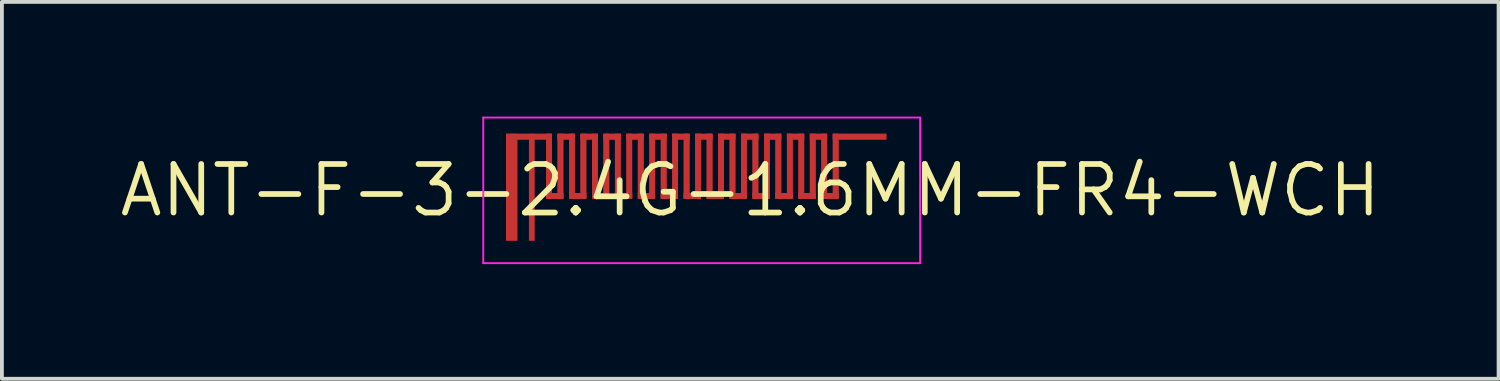
<source format=kicad_pcb>
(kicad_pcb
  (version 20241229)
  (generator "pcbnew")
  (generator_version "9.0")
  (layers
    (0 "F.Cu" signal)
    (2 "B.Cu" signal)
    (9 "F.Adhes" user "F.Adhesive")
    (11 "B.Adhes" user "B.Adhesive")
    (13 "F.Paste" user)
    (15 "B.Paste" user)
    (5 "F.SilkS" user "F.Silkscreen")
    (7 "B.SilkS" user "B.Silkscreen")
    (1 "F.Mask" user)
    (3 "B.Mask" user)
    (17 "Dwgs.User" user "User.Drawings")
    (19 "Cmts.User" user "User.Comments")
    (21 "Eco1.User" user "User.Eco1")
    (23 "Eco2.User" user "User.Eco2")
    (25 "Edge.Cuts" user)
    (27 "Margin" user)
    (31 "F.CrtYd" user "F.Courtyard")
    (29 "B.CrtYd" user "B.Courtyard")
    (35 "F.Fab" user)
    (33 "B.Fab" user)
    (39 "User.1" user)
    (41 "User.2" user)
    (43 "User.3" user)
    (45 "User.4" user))
  (footprint "ANT-F-3-2.4G-1.6MM-FR4-WCH"
    (layer "F.Cu")
    (at 15.308 1.93)
    (property "Reference" "ANT-F-3-2.4G-1.6MM-FR4-WCH" (at 1.27 0 0) (layer "F.SilkS") (effects (font (size 1.27 1.27) (thickness 0.15))))
    (attr exclude_from_pos_files exclude_from_bom)
    (fp_poly (pts (xy -4.37 -1.33) (xy -3.92 -1.33) (xy -3.92 -1.48) (xy -4.37 -1.48)) (stroke (width 0) (type solid)) (fill yes) (layer "F.Cu"))
    (fp_poly (pts (xy -4.37 -1.33) (xy -3.92 -1.33) (xy -3.92 -1.48) (xy -4.37 -1.48)) (stroke (width 0) (type solid)) (fill yes) (layer "F.Cu"))
    (fp_poly (pts (xy -4.37 -1.33) (xy -4.37 -1.48) (xy -5.12 -1.48) (xy -5.12 -1.33)) (stroke (width 0) (type solid)) (fill yes) (layer "F.Cu"))
    (fp_poly (pts (xy -4.37 -1.33) (xy -4.37 -1.48) (xy -5.12 -1.48) (xy -5.12 -1.33)) (stroke (width 0) (type solid)) (fill yes) (layer "F.Cu"))
    (fp_poly (pts (xy -4.07 0.22) (xy -3.92 0.22) (xy -3.92 -1.48) (xy -4.07 -1.48)) (stroke (width 0) (type solid)) (fill yes) (layer "F.Cu"))
    (fp_poly (pts (xy -4.07 0.22) (xy -3.92 0.22) (xy -3.92 -1.48) (xy -4.07 -1.48)) (stroke (width 0) (type solid)) (fill yes) (layer "F.Cu"))
    (fp_poly (pts (xy -4.07 0.22) (xy -3.62 0.22) (xy -3.62 0.07) (xy -4.07 0.07)) (stroke (width 0) (type solid)) (fill yes) (layer "F.Cu"))
    (fp_poly (pts (xy -4.07 0.22) (xy -3.62 0.22) (xy -3.62 0.07) (xy -4.07 0.07)) (stroke (width 0) (type solid)) (fill yes) (layer "F.Cu"))
    (fp_poly (pts (xy -3.77 0.22) (xy -3.62 0.22) (xy -3.62 -1.48) (xy -3.77 -1.48)) (stroke (width 0) (type solid)) (fill yes) (layer "F.Cu"))
    (fp_poly (pts (xy -3.77 0.22) (xy -3.62 0.22) (xy -3.62 -1.48) (xy -3.77 -1.48)) (stroke (width 0) (type solid)) (fill yes) (layer "F.Cu"))
    (fp_poly (pts (xy -3.77 -1.33) (xy -3.32 -1.33) (xy -3.32 -1.48) (xy -3.77 -1.48)) (stroke (width 0) (type solid)) (fill yes) (layer "F.Cu"))
    (fp_poly (pts (xy -3.77 -1.33) (xy -3.32 -1.33) (xy -3.32 -1.48) (xy -3.77 -1.48)) (stroke (width 0) (type solid)) (fill yes) (layer "F.Cu"))
    (fp_poly (pts (xy -3.47 0.22) (xy -3.32 0.22) (xy -3.32 -1.48) (xy -3.47 -1.48)) (stroke (width 0) (type solid)) (fill yes) (layer "F.Cu"))
    (fp_poly (pts (xy -3.47 0.22) (xy -3.32 0.22) (xy -3.32 -1.48) (xy -3.47 -1.48)) (stroke (width 0) (type solid)) (fill yes) (layer "F.Cu"))
    (fp_poly (pts (xy -3.47 0.22) (xy -3.02 0.22) (xy -3.02 0.07) (xy -3.47 0.07)) (stroke (width 0) (type solid)) (fill yes) (layer "F.Cu"))
    (fp_poly (pts (xy -3.47 0.22) (xy -3.02 0.22) (xy -3.02 0.07) (xy -3.47 0.07)) (stroke (width 0) (type solid)) (fill yes) (layer "F.Cu"))
    (fp_poly (pts (xy -3.17 -1.33) (xy -2.72 -1.33) (xy -2.72 -1.48) (xy -3.17 -1.48)) (stroke (width 0) (type solid)) (fill yes) (layer "F.Cu"))
    (fp_poly (pts (xy -3.17 -1.33) (xy -2.72 -1.33) (xy -2.72 -1.48) (xy -3.17 -1.48)) (stroke (width 0) (type solid)) (fill yes) (layer "F.Cu"))
    (fp_poly (pts (xy -3.17 0.22) (xy -3.02 0.22) (xy -3.02 -1.48) (xy -3.17 -1.48)) (stroke (width 0) (type solid)) (fill yes) (layer "F.Cu"))
    (fp_poly (pts (xy -3.17 0.22) (xy -3.02 0.22) (xy -3.02 -1.48) (xy -3.17 -1.48)) (stroke (width 0) (type solid)) (fill yes) (layer "F.Cu"))
    (fp_poly (pts (xy -2.87 0.22) (xy -2.72 0.22) (xy -2.72 -1.48) (xy -2.87 -1.48)) (stroke (width 0) (type solid)) (fill yes) (layer "F.Cu"))
    (fp_poly (pts (xy -2.87 0.22) (xy -2.72 0.22) (xy -2.72 -1.48) (xy -2.87 -1.48)) (stroke (width 0) (type solid)) (fill yes) (layer "F.Cu"))
    (fp_poly (pts (xy -2.87 0.22) (xy -2.42 0.22) (xy -2.42 0.07) (xy -2.87 0.07)) (stroke (width 0) (type solid)) (fill yes) (layer "F.Cu"))
    (fp_poly (pts (xy -2.87 0.22) (xy -2.42 0.22) (xy -2.42 0.07) (xy -2.87 0.07)) (stroke (width 0) (type solid)) (fill yes) (layer "F.Cu"))
    (fp_poly (pts (xy -2.57 0.22) (xy -2.42 0.22) (xy -2.42 -1.48) (xy -2.57 -1.48)) (stroke (width 0) (type solid)) (fill yes) (layer "F.Cu"))
    (fp_poly (pts (xy -2.57 0.22) (xy -2.42 0.22) (xy -2.42 -1.48) (xy -2.57 -1.48)) (stroke (width 0) (type solid)) (fill yes) (layer "F.Cu"))
    (fp_poly (pts (xy -2.57 -1.33) (xy -2.12 -1.33) (xy -2.12 -1.48) (xy -2.57 -1.48)) (stroke (width 0) (type solid)) (fill yes) (layer "F.Cu"))
    (fp_poly (pts (xy -2.57 -1.33) (xy -2.12 -1.33) (xy -2.12 -1.48) (xy -2.57 -1.48)) (stroke (width 0) (type solid)) (fill yes) (layer "F.Cu"))
    (fp_poly (pts (xy -2.27 0.22) (xy -2.12 0.22) (xy -2.12 -1.48) (xy -2.27 -1.48)) (stroke (width 0) (type solid)) (fill yes) (layer "F.Cu"))
    (fp_poly (pts (xy -2.27 0.22) (xy -2.12 0.22) (xy -2.12 -1.48) (xy -2.27 -1.48)) (stroke (width 0) (type solid)) (fill yes) (layer "F.Cu"))
    (fp_poly (pts (xy -2.27 0.22) (xy -1.82 0.22) (xy -1.82 0.07) (xy -2.27 0.07)) (stroke (width 0) (type solid)) (fill yes) (layer "F.Cu"))
    (fp_poly (pts (xy -2.27 0.22) (xy -1.82 0.22) (xy -1.82 0.07) (xy -2.27 0.07)) (stroke (width 0) (type solid)) (fill yes) (layer "F.Cu"))
    (fp_poly (pts (xy -1.97 0.22) (xy -1.82 0.22) (xy -1.82 -1.48) (xy -1.97 -1.48)) (stroke (width 0) (type solid)) (fill yes) (layer "F.Cu"))
    (fp_poly (pts (xy -1.97 0.22) (xy -1.82 0.22) (xy -1.82 -1.48) (xy -1.97 -1.48)) (stroke (width 0) (type solid)) (fill yes) (layer "F.Cu"))
    (fp_poly (pts (xy -1.97 -1.33) (xy -1.52 -1.33) (xy -1.52 -1.48) (xy -1.97 -1.48)) (stroke (width 0) (type solid)) (fill yes) (layer "F.Cu"))
    (fp_poly (pts (xy -1.97 -1.33) (xy -1.52 -1.33) (xy -1.52 -1.48) (xy -1.97 -1.48)) (stroke (width 0) (type solid)) (fill yes) (layer "F.Cu"))
    (fp_poly (pts (xy -1.67 0.22) (xy -1.52 0.22) (xy -1.52 -1.48) (xy -1.67 -1.48)) (stroke (width 0) (type solid)) (fill yes) (layer "F.Cu"))
    (fp_poly (pts (xy -1.67 0.22) (xy -1.52 0.22) (xy -1.52 -1.48) (xy -1.67 -1.48)) (stroke (width 0) (type solid)) (fill yes) (layer "F.Cu"))
    (fp_poly (pts (xy -1.67 0.22) (xy -1.22 0.22) (xy -1.22 0.07) (xy -1.67 0.07)) (stroke (width 0) (type solid)) (fill yes) (layer "F.Cu"))
    (fp_poly (pts (xy -1.67 0.22) (xy -1.22 0.22) (xy -1.22 0.07) (xy -1.67 0.07)) (stroke (width 0) (type solid)) (fill yes) (layer "F.Cu"))
    (fp_poly (pts (xy -1.37 0.22) (xy -1.22 0.22) (xy -1.22 -1.48) (xy -1.37 -1.48)) (stroke (width 0) (type solid)) (fill yes) (layer "F.Cu"))
    (fp_poly (pts (xy -1.37 0.22) (xy -1.22 0.22) (xy -1.22 -1.48) (xy -1.37 -1.48)) (stroke (width 0) (type solid)) (fill yes) (layer "F.Cu"))
    (fp_poly (pts (xy -1.37 -1.33) (xy -0.92 -1.33) (xy -0.92 -1.48) (xy -1.37 -1.48)) (stroke (width 0) (type solid)) (fill yes) (layer "F.Cu"))
    (fp_poly (pts (xy -1.37 -1.33) (xy -0.92 -1.33) (xy -0.92 -1.48) (xy -1.37 -1.48)) (stroke (width 0) (type solid)) (fill yes) (layer "F.Cu"))
    (fp_poly (pts (xy -1.07 0.22) (xy -0.92 0.22) (xy -0.92 -1.48) (xy -1.07 -1.48)) (stroke (width 0) (type solid)) (fill yes) (layer "F.Cu"))
    (fp_poly (pts (xy -1.07 0.22) (xy -0.92 0.22) (xy -0.92 -1.48) (xy -1.07 -1.48)) (stroke (width 0) (type solid)) (fill yes) (layer "F.Cu"))
    (fp_poly (pts (xy -1.07 0.22) (xy -0.62 0.22) (xy -0.62 0.07) (xy -1.07 0.07)) (stroke (width 0) (type solid)) (fill yes) (layer "F.Cu"))
    (fp_poly (pts (xy -1.07 0.22) (xy -0.62 0.22) (xy -0.62 0.07) (xy -1.07 0.07)) (stroke (width 0) (type solid)) (fill yes) (layer "F.Cu"))
    (fp_poly (pts (xy -0.77 0.22) (xy -0.62 0.22) (xy -0.62 -1.48) (xy -0.77 -1.48)) (stroke (width 0) (type solid)) (fill yes) (layer "F.Cu"))
    (fp_poly (pts (xy -0.77 0.22) (xy -0.62 0.22) (xy -0.62 -1.48) (xy -0.77 -1.48)) (stroke (width 0) (type solid)) (fill yes) (layer "F.Cu"))
    (fp_poly (pts (xy -0.77 -1.33) (xy -0.32 -1.33) (xy -0.32 -1.48) (xy -0.77 -1.48)) (stroke (width 0) (type solid)) (fill yes) (layer "F.Cu"))
    (fp_poly (pts (xy -0.77 -1.33) (xy -0.32 -1.33) (xy -0.32 -1.48) (xy -0.77 -1.48)) (stroke (width 0) (type solid)) (fill yes) (layer "F.Cu"))
    (fp_poly (pts (xy -0.47 0.22) (xy -0.32 0.22) (xy -0.32 -1.48) (xy -0.47 -1.48)) (stroke (width 0) (type solid)) (fill yes) (layer "F.Cu"))
    (fp_poly (pts (xy -0.47 0.22) (xy -0.32 0.22) (xy -0.32 -1.48) (xy -0.47 -1.48)) (stroke (width 0) (type solid)) (fill yes) (layer "F.Cu"))
    (fp_poly (pts (xy -0.47 0.22) (xy -0.02 0.22) (xy -0.02 0.07) (xy -0.47 0.07)) (stroke (width 0) (type solid)) (fill yes) (layer "F.Cu"))
    (fp_poly (pts (xy -0.47 0.22) (xy -0.02 0.22) (xy -0.02 0.07) (xy -0.47 0.07)) (stroke (width 0) (type solid)) (fill yes) (layer "F.Cu"))
    (fp_poly (pts (xy -0.17 0.22) (xy -0.02 0.22) (xy -0.02 -1.48) (xy -0.17 -1.48)) (stroke (width 0) (type solid)) (fill yes) (layer "F.Cu"))
    (fp_poly (pts (xy -0.17 0.22) (xy -0.02 0.22) (xy -0.02 -1.48) (xy -0.17 -1.48)) (stroke (width 0) (type solid)) (fill yes) (layer "F.Cu"))
    (fp_poly (pts (xy -0.17 -1.33) (xy 0.28 -1.33) (xy 0.28 -1.48) (xy -0.17 -1.48)) (stroke (width 0) (type solid)) (fill yes) (layer "F.Cu"))
    (fp_poly (pts (xy -0.17 -1.33) (xy 0.28 -1.33) (xy 0.28 -1.48) (xy -0.17 -1.48)) (stroke (width 0) (type solid)) (fill yes) (layer "F.Cu"))
    (fp_poly (pts (xy 0.13 0.22) (xy 0.28 0.22) (xy 0.28 -1.48) (xy 0.13 -1.48)) (stroke (width 0) (type solid)) (fill yes) (layer "F.Cu"))
    (fp_poly (pts (xy 0.13 0.22) (xy 0.28 0.22) (xy 0.28 -1.48) (xy 0.13 -1.48)) (stroke (width 0) (type solid)) (fill yes) (layer "F.Cu"))
    (fp_poly (pts (xy 0.13 0.22) (xy 0.58 0.22) (xy 0.58 0.07) (xy 0.13 0.07)) (stroke (width 0) (type solid)) (fill yes) (layer "F.Cu"))
    (fp_poly (pts (xy 0.13 0.22) (xy 0.58 0.22) (xy 0.58 0.07) (xy 0.13 0.07)) (stroke (width 0) (type solid)) (fill yes) (layer "F.Cu"))
    (fp_poly (pts (xy 0.43 0.22) (xy 0.58 0.22) (xy 0.58 -1.48) (xy 0.43 -1.48)) (stroke (width 0) (type solid)) (fill yes) (layer "F.Cu"))
    (fp_poly (pts (xy 0.43 0.22) (xy 0.58 0.22) (xy 0.58 -1.48) (xy 0.43 -1.48)) (stroke (width 0) (type solid)) (fill yes) (layer "F.Cu"))
    (fp_poly (pts (xy 0.43 -1.33) (xy 0.88 -1.33) (xy 0.88 -1.48) (xy 0.43 -1.48)) (stroke (width 0) (type solid)) (fill yes) (layer "F.Cu"))
    (fp_poly (pts (xy 0.43 -1.33) (xy 0.88 -1.33) (xy 0.88 -1.48) (xy 0.43 -1.48)) (stroke (width 0) (type solid)) (fill yes) (layer "F.Cu"))
    (fp_poly (pts (xy 0.73 0.22) (xy 0.88 0.22) (xy 0.88 -1.48) (xy 0.73 -1.48)) (stroke (width 0) (type solid)) (fill yes) (layer "F.Cu"))
    (fp_poly (pts (xy 0.73 0.22) (xy 0.88 0.22) (xy 0.88 -1.48) (xy 0.73 -1.48)) (stroke (width 0) (type solid)) (fill yes) (layer "F.Cu"))
    (fp_poly (pts (xy 0.73 0.22) (xy 1.18 0.22) (xy 1.18 0.07) (xy 0.73 0.07)) (stroke (width 0) (type solid)) (fill yes) (layer "F.Cu"))
    (fp_poly (pts (xy 0.73 0.22) (xy 1.18 0.22) (xy 1.18 0.07) (xy 0.73 0.07)) (stroke (width 0) (type solid)) (fill yes) (layer "F.Cu"))
    (fp_poly (pts (xy 1.03 0.22) (xy 1.18 0.22) (xy 1.18 -1.48) (xy 1.03 -1.48)) (stroke (width 0) (type solid)) (fill yes) (layer "F.Cu"))
    (fp_poly (pts (xy 1.03 0.22) (xy 1.18 0.22) (xy 1.18 -1.48) (xy 1.03 -1.48)) (stroke (width 0) (type solid)) (fill yes) (layer "F.Cu"))
    (fp_poly (pts (xy 1.03 -1.33) (xy 1.48 -1.33) (xy 1.48 -1.48) (xy 1.03 -1.48)) (stroke (width 0) (type solid)) (fill yes) (layer "F.Cu"))
    (fp_poly (pts (xy 1.03 -1.33) (xy 1.48 -1.33) (xy 1.48 -1.48) (xy 1.03 -1.48)) (stroke (width 0) (type solid)) (fill yes) (layer "F.Cu"))
    (fp_poly (pts (xy 1.33 0.22) (xy 1.48 0.22) (xy 1.48 -1.48) (xy 1.33 -1.48)) (stroke (width 0) (type solid)) (fill yes) (layer "F.Cu"))
    (fp_poly (pts (xy 1.33 0.22) (xy 1.48 0.22) (xy 1.48 -1.48) (xy 1.33 -1.48)) (stroke (width 0) (type solid)) (fill yes) (layer "F.Cu"))
    (fp_poly (pts (xy 1.33 0.22) (xy 1.78 0.22) (xy 1.78 0.07) (xy 1.33 0.07)) (stroke (width 0) (type solid)) (fill yes) (layer "F.Cu"))
    (fp_poly (pts (xy 1.33 0.22) (xy 1.78 0.22) (xy 1.78 0.07) (xy 1.33 0.07)) (stroke (width 0) (type solid)) (fill yes) (layer "F.Cu"))
    (fp_poly (pts (xy 1.63 0.22) (xy 1.78 0.22) (xy 1.78 -1.48) (xy 1.63 -1.48)) (stroke (width 0) (type solid)) (fill yes) (layer "F.Cu"))
    (fp_poly (pts (xy 1.63 0.22) (xy 1.78 0.22) (xy 1.78 -1.48) (xy 1.63 -1.48)) (stroke (width 0) (type solid)) (fill yes) (layer "F.Cu"))
    (fp_poly (pts (xy 1.63 -1.33) (xy 2.08 -1.33) (xy 2.08 -1.48) (xy 1.63 -1.48)) (stroke (width 0) (type solid)) (fill yes) (layer "F.Cu"))
    (fp_poly (pts (xy 1.63 -1.33) (xy 2.08 -1.33) (xy 2.08 -1.48) (xy 1.63 -1.48)) (stroke (width 0) (type solid)) (fill yes) (layer "F.Cu"))
    (fp_poly (pts (xy 1.93 0.22) (xy 2.08 0.22) (xy 2.08 -1.48) (xy 1.93 -1.48)) (stroke (width 0) (type solid)) (fill yes) (layer "F.Cu"))
    (fp_poly (pts (xy 1.93 0.22) (xy 2.08 0.22) (xy 2.08 -1.48) (xy 1.93 -1.48)) (stroke (width 0) (type solid)) (fill yes) (layer "F.Cu"))
    (fp_poly (pts (xy 1.93 0.22) (xy 2.38 0.22) (xy 2.38 0.07) (xy 1.93 0.07)) (stroke (width 0) (type solid)) (fill yes) (layer "F.Cu"))
    (fp_poly (pts (xy 1.93 0.22) (xy 2.38 0.22) (xy 2.38 0.07) (xy 1.93 0.07)) (stroke (width 0) (type solid)) (fill yes) (layer "F.Cu"))
    (fp_poly (pts (xy 2.23 0.22) (xy 2.38 0.22) (xy 2.38 -1.48) (xy 2.23 -1.48)) (stroke (width 0) (type solid)) (fill yes) (layer "F.Cu"))
    (fp_poly (pts (xy 2.23 0.22) (xy 2.38 0.22) (xy 2.38 -1.48) (xy 2.23 -1.48)) (stroke (width 0) (type solid)) (fill yes) (layer "F.Cu"))
    (fp_poly (pts (xy 2.23 -1.33) (xy 2.68 -1.33) (xy 2.68 -1.48) (xy 2.23 -1.48)) (stroke (width 0) (type solid)) (fill yes) (layer "F.Cu"))
    (fp_poly (pts (xy 2.23 -1.33) (xy 2.68 -1.33) (xy 2.68 -1.48) (xy 2.23 -1.48)) (stroke (width 0) (type solid)) (fill yes) (layer "F.Cu"))
    (fp_poly (pts (xy 2.53 0.22) (xy 2.68 0.22) (xy 2.68 -1.48) (xy 2.53 -1.48)) (stroke (width 0) (type solid)) (fill yes) (layer "F.Cu"))
    (fp_poly (pts (xy 2.53 0.22) (xy 2.68 0.22) (xy 2.68 -1.48) (xy 2.53 -1.48)) (stroke (width 0) (type solid)) (fill yes) (layer "F.Cu"))
    (fp_poly (pts (xy 2.53 0.22) (xy 2.98 0.22) (xy 2.98 0.07) (xy 2.53 0.07)) (stroke (width 0) (type solid)) (fill yes) (layer "F.Cu"))
    (fp_poly (pts (xy 2.53 0.22) (xy 2.98 0.22) (xy 2.98 0.07) (xy 2.53 0.07)) (stroke (width 0) (type solid)) (fill yes) (layer "F.Cu"))
    (fp_poly (pts (xy 2.83 0.22) (xy 2.98 0.22) (xy 2.98 -1.48) (xy 2.83 -1.48)) (stroke (width 0) (type solid)) (fill yes) (layer "F.Cu"))
    (fp_poly (pts (xy 2.83 0.22) (xy 2.98 0.22) (xy 2.98 -1.48) (xy 2.83 -1.48)) (stroke (width 0) (type solid)) (fill yes) (layer "F.Cu"))
    (fp_poly (pts (xy 2.83 -1.33) (xy 3.28 -1.33) (xy 3.28 -1.48) (xy 2.83 -1.48)) (stroke (width 0) (type solid)) (fill yes) (layer "F.Cu"))
    (fp_poly (pts (xy 2.83 -1.33) (xy 3.28 -1.33) (xy 3.28 -1.48) (xy 2.83 -1.48)) (stroke (width 0) (type solid)) (fill yes) (layer "F.Cu"))
    (fp_poly (pts (xy 3.13 0.22) (xy 3.28 0.22) (xy 3.28 -1.48) (xy 3.13 -1.48)) (stroke (width 0) (type solid)) (fill yes) (layer "F.Cu"))
    (fp_poly (pts (xy 3.13 0.22) (xy 3.28 0.22) (xy 3.28 -1.48) (xy 3.13 -1.48)) (stroke (width 0) (type solid)) (fill yes) (layer "F.Cu"))
    (fp_poly (pts (xy 3.13 0.22) (xy 3.58 0.22) (xy 3.58 0.07) (xy 3.13 0.07)) (stroke (width 0) (type solid)) (fill yes) (layer "F.Cu"))
    (fp_poly (pts (xy 3.13 0.22) (xy 3.58 0.22) (xy 3.58 0.07) (xy 3.13 0.07)) (stroke (width 0) (type solid)) (fill yes) (layer "F.Cu"))
    (fp_poly (pts (xy 3.43 0.22) (xy 3.58 0.22) (xy 3.58 -1.48) (xy 3.43 -1.48)) (stroke (width 0) (type solid)) (fill yes) (layer "F.Cu"))
    (fp_poly (pts (xy 3.43 0.22) (xy 3.58 0.22) (xy 3.58 -1.48) (xy 3.43 -1.48)) (stroke (width 0) (type solid)) (fill yes) (layer "F.Cu"))
    (fp_poly (pts (xy 3.43 -1.33) (xy 4.83 -1.33) (xy 4.83 -1.48) (xy 3.43 -1.48)) (stroke (width 0) (type solid)) (fill yes) (layer "F.Cu"))
    (fp_poly (pts (xy 3.43 -1.33) (xy 4.83 -1.33) (xy 4.83 -1.48) (xy 3.43 -1.48)) (stroke (width 0) (type solid)) (fill yes) (layer "F.Cu"))
    (fp_poly (pts (xy -5.12 1.32) (xy -4.82 1.32) (xy -4.82 -1.48) (xy -5.12 -1.48)) (stroke (width 0) (type solid)) (fill yes) (layer "F.Mask"))
    (fp_poly (pts (xy -5.12 1.32) (xy -4.82 1.32) (xy -4.82 -1.48) (xy -5.12 -1.48)) (stroke (width 0) (type solid)) (fill yes) (layer "F.Mask"))
    (fp_poly (pts (xy -4.52 1.32) (xy -4.37 1.32) (xy -4.37 -1.48) (xy -4.52 -1.48)) (stroke (width 0) (type solid)) (fill yes) (layer "F.Mask"))
    (fp_poly (pts (xy -4.52 1.32) (xy -4.37 1.32) (xy -4.37 -1.48) (xy -4.52 -1.48)) (stroke (width 0) (type solid)) (fill yes) (layer "F.Mask"))
    (fp_poly (pts (xy -4.37 -1.33) (xy -3.92 -1.33) (xy -3.92 -1.48) (xy -4.37 -1.48)) (stroke (width 0) (type solid)) (fill yes) (layer "F.Mask"))
    (fp_poly (pts (xy -4.37 -1.33) (xy -3.92 -1.33) (xy -3.92 -1.48) (xy -4.37 -1.48)) (stroke (width 0) (type solid)) (fill yes) (layer "F.Mask"))
    (fp_poly (pts (xy -4.37 -1.33) (xy -4.37 -1.48) (xy -5.12 -1.48) (xy -5.12 -1.33)) (stroke (width 0) (type solid)) (fill yes) (layer "F.Mask"))
    (fp_poly (pts (xy -4.37 -1.33) (xy -4.37 -1.48) (xy -5.12 -1.48) (xy -5.12 -1.33)) (stroke (width 0) (type solid)) (fill yes) (layer "F.Mask"))
    (fp_poly (pts (xy -4.07 0.22) (xy -3.92 0.22) (xy -3.92 -1.48) (xy -4.07 -1.48)) (stroke (width 0) (type solid)) (fill yes) (layer "F.Mask"))
    (fp_poly (pts (xy -4.07 0.22) (xy -3.92 0.22) (xy -3.92 -1.48) (xy -4.07 -1.48)) (stroke (width 0) (type solid)) (fill yes) (layer "F.Mask"))
    (fp_poly (pts (xy -4.07 0.22) (xy -3.62 0.22) (xy -3.62 0.07) (xy -4.07 0.07)) (stroke (width 0) (type solid)) (fill yes) (layer "F.Mask"))
    (fp_poly (pts (xy -4.07 0.22) (xy -3.62 0.22) (xy -3.62 0.07) (xy -4.07 0.07)) (stroke (width 0) (type solid)) (fill yes) (layer "F.Mask"))
    (fp_poly (pts (xy -3.77 0.22) (xy -3.62 0.22) (xy -3.62 -1.48) (xy -3.77 -1.48)) (stroke (width 0) (type solid)) (fill yes) (layer "F.Mask"))
    (fp_poly (pts (xy -3.77 0.22) (xy -3.62 0.22) (xy -3.62 -1.48) (xy -3.77 -1.48)) (stroke (width 0) (type solid)) (fill yes) (layer "F.Mask"))
    (fp_poly (pts (xy -3.77 -1.33) (xy -3.32 -1.33) (xy -3.32 -1.48) (xy -3.77 -1.48)) (stroke (width 0) (type solid)) (fill yes) (layer "F.Mask"))
    (fp_poly (pts (xy -3.77 -1.33) (xy -3.32 -1.33) (xy -3.32 -1.48) (xy -3.77 -1.48)) (stroke (width 0) (type solid)) (fill yes) (layer "F.Mask"))
    (fp_poly (pts (xy -3.47 0.22) (xy -3.32 0.22) (xy -3.32 -1.48) (xy -3.47 -1.48)) (stroke (width 0) (type solid)) (fill yes) (layer "F.Mask"))
    (fp_poly (pts (xy -3.47 0.22) (xy -3.32 0.22) (xy -3.32 -1.48) (xy -3.47 -1.48)) (stroke (width 0) (type solid)) (fill yes) (layer "F.Mask"))
    (fp_poly (pts (xy -3.47 0.22) (xy -3.02 0.22) (xy -3.02 0.07) (xy -3.47 0.07)) (stroke (width 0) (type solid)) (fill yes) (layer "F.Mask"))
    (fp_poly (pts (xy -3.47 0.22) (xy -3.02 0.22) (xy -3.02 0.07) (xy -3.47 0.07)) (stroke (width 0) (type solid)) (fill yes) (layer "F.Mask"))
    (fp_poly (pts (xy -3.17 -1.33) (xy -2.72 -1.33) (xy -2.72 -1.48) (xy -3.17 -1.48)) (stroke (width 0) (type solid)) (fill yes) (layer "F.Mask"))
    (fp_poly (pts (xy -3.17 -1.33) (xy -2.72 -1.33) (xy -2.72 -1.48) (xy -3.17 -1.48)) (stroke (width 0) (type solid)) (fill yes) (layer "F.Mask"))
    (fp_poly (pts (xy -3.17 0.22) (xy -3.02 0.22) (xy -3.02 -1.48) (xy -3.17 -1.48)) (stroke (width 0) (type solid)) (fill yes) (layer "F.Mask"))
    (fp_poly (pts (xy -3.17 0.22) (xy -3.02 0.22) (xy -3.02 -1.48) (xy -3.17 -1.48)) (stroke (width 0) (type solid)) (fill yes) (layer "F.Mask"))
    (fp_poly (pts (xy -2.87 0.22) (xy -2.72 0.22) (xy -2.72 -1.48) (xy -2.87 -1.48)) (stroke (width 0) (type solid)) (fill yes) (layer "F.Mask"))
    (fp_poly (pts (xy -2.87 0.22) (xy -2.72 0.22) (xy -2.72 -1.48) (xy -2.87 -1.48)) (stroke (width 0) (type solid)) (fill yes) (layer "F.Mask"))
    (fp_poly (pts (xy -2.87 0.22) (xy -2.42 0.22) (xy -2.42 0.07) (xy -2.87 0.07)) (stroke (width 0) (type solid)) (fill yes) (layer "F.Mask"))
    (fp_poly (pts (xy -2.87 0.22) (xy -2.42 0.22) (xy -2.42 0.07) (xy -2.87 0.07)) (stroke (width 0) (type solid)) (fill yes) (layer "F.Mask"))
    (fp_poly (pts (xy -2.57 0.22) (xy -2.42 0.22) (xy -2.42 -1.48) (xy -2.57 -1.48)) (stroke (width 0) (type solid)) (fill yes) (layer "F.Mask"))
    (fp_poly (pts (xy -2.57 0.22) (xy -2.42 0.22) (xy -2.42 -1.48) (xy -2.57 -1.48)) (stroke (width 0) (type solid)) (fill yes) (layer "F.Mask"))
    (fp_poly (pts (xy -2.57 -1.33) (xy -2.12 -1.33) (xy -2.12 -1.48) (xy -2.57 -1.48)) (stroke (width 0) (type solid)) (fill yes) (layer "F.Mask"))
    (fp_poly (pts (xy -2.57 -1.33) (xy -2.12 -1.33) (xy -2.12 -1.48) (xy -2.57 -1.48)) (stroke (width 0) (type solid)) (fill yes) (layer "F.Mask"))
    (fp_poly (pts (xy -2.27 0.22) (xy -2.12 0.22) (xy -2.12 -1.48) (xy -2.27 -1.48)) (stroke (width 0) (type solid)) (fill yes) (layer "F.Mask"))
    (fp_poly (pts (xy -2.27 0.22) (xy -2.12 0.22) (xy -2.12 -1.48) (xy -2.27 -1.48)) (stroke (width 0) (type solid)) (fill yes) (layer "F.Mask"))
    (fp_poly (pts (xy -2.27 0.22) (xy -1.82 0.22) (xy -1.82 0.07) (xy -2.27 0.07)) (stroke (width 0) (type solid)) (fill yes) (layer "F.Mask"))
    (fp_poly (pts (xy -2.27 0.22) (xy -1.82 0.22) (xy -1.82 0.07) (xy -2.27 0.07)) (stroke (width 0) (type solid)) (fill yes) (layer "F.Mask"))
    (fp_poly (pts (xy -1.97 0.22) (xy -1.82 0.22) (xy -1.82 -1.48) (xy -1.97 -1.48)) (stroke (width 0) (type solid)) (fill yes) (layer "F.Mask"))
    (fp_poly (pts (xy -1.97 0.22) (xy -1.82 0.22) (xy -1.82 -1.48) (xy -1.97 -1.48)) (stroke (width 0) (type solid)) (fill yes) (layer "F.Mask"))
    (fp_poly (pts (xy -1.97 -1.33) (xy -1.52 -1.33) (xy -1.52 -1.48) (xy -1.97 -1.48)) (stroke (width 0) (type solid)) (fill yes) (layer "F.Mask"))
    (fp_poly (pts (xy -1.97 -1.33) (xy -1.52 -1.33) (xy -1.52 -1.48) (xy -1.97 -1.48)) (stroke (width 0) (type solid)) (fill yes) (layer "F.Mask"))
    (fp_poly (pts (xy -1.67 0.22) (xy -1.52 0.22) (xy -1.52 -1.48) (xy -1.67 -1.48)) (stroke (width 0) (type solid)) (fill yes) (layer "F.Mask"))
    (fp_poly (pts (xy -1.67 0.22) (xy -1.52 0.22) (xy -1.52 -1.48) (xy -1.67 -1.48)) (stroke (width 0) (type solid)) (fill yes) (layer "F.Mask"))
    (fp_poly (pts (xy -1.67 0.22) (xy -1.22 0.22) (xy -1.22 0.07) (xy -1.67 0.07)) (stroke (width 0) (type solid)) (fill yes) (layer "F.Mask"))
    (fp_poly (pts (xy -1.67 0.22) (xy -1.22 0.22) (xy -1.22 0.07) (xy -1.67 0.07)) (stroke (width 0) (type solid)) (fill yes) (layer "F.Mask"))
    (fp_poly (pts (xy -1.37 0.22) (xy -1.22 0.22) (xy -1.22 -1.48) (xy -1.37 -1.48)) (stroke (width 0) (type solid)) (fill yes) (layer "F.Mask"))
    (fp_poly (pts (xy -1.37 0.22) (xy -1.22 0.22) (xy -1.22 -1.48) (xy -1.37 -1.48)) (stroke (width 0) (type solid)) (fill yes) (layer "F.Mask"))
    (fp_poly (pts (xy -1.37 -1.33) (xy -0.92 -1.33) (xy -0.92 -1.48) (xy -1.37 -1.48)) (stroke (width 0) (type solid)) (fill yes) (layer "F.Mask"))
    (fp_poly (pts (xy -1.37 -1.33) (xy -0.92 -1.33) (xy -0.92 -1.48) (xy -1.37 -1.48)) (stroke (width 0) (type solid)) (fill yes) (layer "F.Mask"))
    (fp_poly (pts (xy -1.07 0.22) (xy -0.92 0.22) (xy -0.92 -1.48) (xy -1.07 -1.48)) (stroke (width 0) (type solid)) (fill yes) (layer "F.Mask"))
    (fp_poly (pts (xy -1.07 0.22) (xy -0.92 0.22) (xy -0.92 -1.48) (xy -1.07 -1.48)) (stroke (width 0) (type solid)) (fill yes) (layer "F.Mask"))
    (fp_poly (pts (xy -1.07 0.22) (xy -0.62 0.22) (xy -0.62 0.07) (xy -1.07 0.07)) (stroke (width 0) (type solid)) (fill yes) (layer "F.Mask"))
    (fp_poly (pts (xy -1.07 0.22) (xy -0.62 0.22) (xy -0.62 0.07) (xy -1.07 0.07)) (stroke (width 0) (type solid)) (fill yes) (layer "F.Mask"))
    (fp_poly (pts (xy -0.77 0.22) (xy -0.62 0.22) (xy -0.62 -1.48) (xy -0.77 -1.48)) (stroke (width 0) (type solid)) (fill yes) (layer "F.Mask"))
    (fp_poly (pts (xy -0.77 0.22) (xy -0.62 0.22) (xy -0.62 -1.48) (xy -0.77 -1.48)) (stroke (width 0) (type solid)) (fill yes) (layer "F.Mask"))
    (fp_poly (pts (xy -0.77 -1.33) (xy -0.32 -1.33) (xy -0.32 -1.48) (xy -0.77 -1.48)) (stroke (width 0) (type solid)) (fill yes) (layer "F.Mask"))
    (fp_poly (pts (xy -0.77 -1.33) (xy -0.32 -1.33) (xy -0.32 -1.48) (xy -0.77 -1.48)) (stroke (width 0) (type solid)) (fill yes) (layer "F.Mask"))
    (fp_poly (pts (xy -0.47 0.22) (xy -0.32 0.22) (xy -0.32 -1.48) (xy -0.47 -1.48)) (stroke (width 0) (type solid)) (fill yes) (layer "F.Mask"))
    (fp_poly (pts (xy -0.47 0.22) (xy -0.32 0.22) (xy -0.32 -1.48) (xy -0.47 -1.48)) (stroke (width 0) (type solid)) (fill yes) (layer "F.Mask"))
    (fp_poly (pts (xy -0.47 0.22) (xy -0.02 0.22) (xy -0.02 0.07) (xy -0.47 0.07)) (stroke (width 0) (type solid)) (fill yes) (layer "F.Mask"))
    (fp_poly (pts (xy -0.47 0.22) (xy -0.02 0.22) (xy -0.02 0.07) (xy -0.47 0.07)) (stroke (width 0) (type solid)) (fill yes) (layer "F.Mask"))
    (fp_poly (pts (xy -0.17 0.22) (xy -0.02 0.22) (xy -0.02 -1.48) (xy -0.17 -1.48)) (stroke (width 0) (type solid)) (fill yes) (layer "F.Mask"))
    (fp_poly (pts (xy -0.17 0.22) (xy -0.02 0.22) (xy -0.02 -1.48) (xy -0.17 -1.48)) (stroke (width 0) (type solid)) (fill yes) (layer "F.Mask"))
    (fp_poly (pts (xy -0.17 -1.33) (xy 0.28 -1.33) (xy 0.28 -1.48) (xy -0.17 -1.48)) (stroke (width 0) (type solid)) (fill yes) (layer "F.Mask"))
    (fp_poly (pts (xy -0.17 -1.33) (xy 0.28 -1.33) (xy 0.28 -1.48) (xy -0.17 -1.48)) (stroke (width 0) (type solid)) (fill yes) (layer "F.Mask"))
    (fp_poly (pts (xy 0.13 0.22) (xy 0.28 0.22) (xy 0.28 -1.48) (xy 0.13 -1.48)) (stroke (width 0) (type solid)) (fill yes) (layer "F.Mask"))
    (fp_poly (pts (xy 0.13 0.22) (xy 0.28 0.22) (xy 0.28 -1.48) (xy 0.13 -1.48)) (stroke (width 0) (type solid)) (fill yes) (layer "F.Mask"))
    (fp_poly (pts (xy 0.13 0.22) (xy 0.58 0.22) (xy 0.58 0.07) (xy 0.13 0.07)) (stroke (width 0) (type solid)) (fill yes) (layer "F.Mask"))
    (fp_poly (pts (xy 0.13 0.22) (xy 0.58 0.22) (xy 0.58 0.07) (xy 0.13 0.07)) (stroke (width 0) (type solid)) (fill yes) (layer "F.Mask"))
    (fp_poly (pts (xy 0.43 0.22) (xy 0.58 0.22) (xy 0.58 -1.48) (xy 0.43 -1.48)) (stroke (width 0) (type solid)) (fill yes) (layer "F.Mask"))
    (fp_poly (pts (xy 0.43 0.22) (xy 0.58 0.22) (xy 0.58 -1.48) (xy 0.43 -1.48)) (stroke (width 0) (type solid)) (fill yes) (layer "F.Mask"))
    (fp_poly (pts (xy 0.43 -1.33) (xy 0.88 -1.33) (xy 0.88 -1.48) (xy 0.43 -1.48)) (stroke (width 0) (type solid)) (fill yes) (layer "F.Mask"))
    (fp_poly (pts (xy 0.43 -1.33) (xy 0.88 -1.33) (xy 0.88 -1.48) (xy 0.43 -1.48)) (stroke (width 0) (type solid)) (fill yes) (layer "F.Mask"))
    (fp_poly (pts (xy 0.73 0.22) (xy 0.88 0.22) (xy 0.88 -1.48) (xy 0.73 -1.48)) (stroke (width 0) (type solid)) (fill yes) (layer "F.Mask"))
    (fp_poly (pts (xy 0.73 0.22) (xy 0.88 0.22) (xy 0.88 -1.48) (xy 0.73 -1.48)) (stroke (width 0) (type solid)) (fill yes) (layer "F.Mask"))
    (fp_poly (pts (xy 0.73 0.22) (xy 1.18 0.22) (xy 1.18 0.07) (xy 0.73 0.07)) (stroke (width 0) (type solid)) (fill yes) (layer "F.Mask"))
    (fp_poly (pts (xy 0.73 0.22) (xy 1.18 0.22) (xy 1.18 0.07) (xy 0.73 0.07)) (stroke (width 0) (type solid)) (fill yes) (layer "F.Mask"))
    (fp_poly (pts (xy 1.03 0.22) (xy 1.18 0.22) (xy 1.18 -1.48) (xy 1.03 -1.48)) (stroke (width 0) (type solid)) (fill yes) (layer "F.Mask"))
    (fp_poly (pts (xy 1.03 0.22) (xy 1.18 0.22) (xy 1.18 -1.48) (xy 1.03 -1.48)) (stroke (width 0) (type solid)) (fill yes) (layer "F.Mask"))
    (fp_poly (pts (xy 1.03 -1.33) (xy 1.48 -1.33) (xy 1.48 -1.48) (xy 1.03 -1.48)) (stroke (width 0) (type solid)) (fill yes) (layer "F.Mask"))
    (fp_poly (pts (xy 1.03 -1.33) (xy 1.48 -1.33) (xy 1.48 -1.48) (xy 1.03 -1.48)) (stroke (width 0) (type solid)) (fill yes) (layer "F.Mask"))
    (fp_poly (pts (xy 1.33 0.22) (xy 1.48 0.22) (xy 1.48 -1.48) (xy 1.33 -1.48)) (stroke (width 0) (type solid)) (fill yes) (layer "F.Mask"))
    (fp_poly (pts (xy 1.33 0.22) (xy 1.48 0.22) (xy 1.48 -1.48) (xy 1.33 -1.48)) (stroke (width 0) (type solid)) (fill yes) (layer "F.Mask"))
    (fp_poly (pts (xy 1.33 0.22) (xy 1.78 0.22) (xy 1.78 0.07) (xy 1.33 0.07)) (stroke (width 0) (type solid)) (fill yes) (layer "F.Mask"))
    (fp_poly (pts (xy 1.33 0.22) (xy 1.78 0.22) (xy 1.78 0.07) (xy 1.33 0.07)) (stroke (width 0) (type solid)) (fill yes) (layer "F.Mask"))
    (fp_poly (pts (xy 1.63 0.22) (xy 1.78 0.22) (xy 1.78 -1.48) (xy 1.63 -1.48)) (stroke (width 0) (type solid)) (fill yes) (layer "F.Mask"))
    (fp_poly (pts (xy 1.63 0.22) (xy 1.78 0.22) (xy 1.78 -1.48) (xy 1.63 -1.48)) (stroke (width 0) (type solid)) (fill yes) (layer "F.Mask"))
    (fp_poly (pts (xy 1.63 -1.33) (xy 2.08 -1.33) (xy 2.08 -1.48) (xy 1.63 -1.48)) (stroke (width 0) (type solid)) (fill yes) (layer "F.Mask"))
    (fp_poly (pts (xy 1.63 -1.33) (xy 2.08 -1.33) (xy 2.08 -1.48) (xy 1.63 -1.48)) (stroke (width 0) (type solid)) (fill yes) (layer "F.Mask"))
    (fp_poly (pts (xy 1.93 0.22) (xy 2.08 0.22) (xy 2.08 -1.48) (xy 1.93 -1.48)) (stroke (width 0) (type solid)) (fill yes) (layer "F.Mask"))
    (fp_poly (pts (xy 1.93 0.22) (xy 2.08 0.22) (xy 2.08 -1.48) (xy 1.93 -1.48)) (stroke (width 0) (type solid)) (fill yes) (layer "F.Mask"))
    (fp_poly (pts (xy 1.93 0.22) (xy 2.38 0.22) (xy 2.38 0.07) (xy 1.93 0.07)) (stroke (width 0) (type solid)) (fill yes) (layer "F.Mask"))
    (fp_poly (pts (xy 1.93 0.22) (xy 2.38 0.22) (xy 2.38 0.07) (xy 1.93 0.07)) (stroke (width 0) (type solid)) (fill yes) (layer "F.Mask"))
    (fp_poly (pts (xy 2.23 0.22) (xy 2.38 0.22) (xy 2.38 -1.48) (xy 2.23 -1.48)) (stroke (width 0) (type solid)) (fill yes) (layer "F.Mask"))
    (fp_poly (pts (xy 2.23 0.22) (xy 2.38 0.22) (xy 2.38 -1.48) (xy 2.23 -1.48)) (stroke (width 0) (type solid)) (fill yes) (layer "F.Mask"))
    (fp_poly (pts (xy 2.23 -1.33) (xy 2.68 -1.33) (xy 2.68 -1.48) (xy 2.23 -1.48)) (stroke (width 0) (type solid)) (fill yes) (layer "F.Mask"))
    (fp_poly (pts (xy 2.23 -1.33) (xy 2.68 -1.33) (xy 2.68 -1.48) (xy 2.23 -1.48)) (stroke (width 0) (type solid)) (fill yes) (layer "F.Mask"))
    (fp_poly (pts (xy 2.53 0.22) (xy 2.68 0.22) (xy 2.68 -1.48) (xy 2.53 -1.48)) (stroke (width 0) (type solid)) (fill yes) (layer "F.Mask"))
    (fp_poly (pts (xy 2.53 0.22) (xy 2.68 0.22) (xy 2.68 -1.48) (xy 2.53 -1.48)) (stroke (width 0) (type solid)) (fill yes) (layer "F.Mask"))
    (fp_poly (pts (xy 2.53 0.22) (xy 2.98 0.22) (xy 2.98 0.07) (xy 2.53 0.07)) (stroke (width 0) (type solid)) (fill yes) (layer "F.Mask"))
    (fp_poly (pts (xy 2.53 0.22) (xy 2.98 0.22) (xy 2.98 0.07) (xy 2.53 0.07)) (stroke (width 0) (type solid)) (fill yes) (layer "F.Mask"))
    (fp_poly (pts (xy 2.83 0.22) (xy 2.98 0.22) (xy 2.98 -1.48) (xy 2.83 -1.48)) (stroke (width 0) (type solid)) (fill yes) (layer "F.Mask"))
    (fp_poly (pts (xy 2.83 0.22) (xy 2.98 0.22) (xy 2.98 -1.48) (xy 2.83 -1.48)) (stroke (width 0) (type solid)) (fill yes) (layer "F.Mask"))
    (fp_poly (pts (xy 2.83 -1.33) (xy 3.28 -1.33) (xy 3.28 -1.48) (xy 2.83 -1.48)) (stroke (width 0) (type solid)) (fill yes) (layer "F.Mask"))
    (fp_poly (pts (xy 2.83 -1.33) (xy 3.28 -1.33) (xy 3.28 -1.48) (xy 2.83 -1.48)) (stroke (width 0) (type solid)) (fill yes) (layer "F.Mask"))
    (fp_poly (pts (xy 3.13 0.22) (xy 3.28 0.22) (xy 3.28 -1.48) (xy 3.13 -1.48)) (stroke (width 0) (type solid)) (fill yes) (layer "F.Mask"))
    (fp_poly (pts (xy 3.13 0.22) (xy 3.28 0.22) (xy 3.28 -1.48) (xy 3.13 -1.48)) (stroke (width 0) (type solid)) (fill yes) (layer "F.Mask"))
    (fp_poly (pts (xy 3.13 0.22) (xy 3.58 0.22) (xy 3.58 0.07) (xy 3.13 0.07)) (stroke (width 0) (type solid)) (fill yes) (layer "F.Mask"))
    (fp_poly (pts (xy 3.13 0.22) (xy 3.58 0.22) (xy 3.58 0.07) (xy 3.13 0.07)) (stroke (width 0) (type solid)) (fill yes) (layer "F.Mask"))
    (fp_poly (pts (xy 3.43 0.22) (xy 3.58 0.22) (xy 3.58 -1.48) (xy 3.43 -1.48)) (stroke (width 0) (type solid)) (fill yes) (layer "F.Mask"))
    (fp_poly (pts (xy 3.43 0.22) (xy 3.58 0.22) (xy 3.58 -1.48) (xy 3.43 -1.48)) (stroke (width 0) (type solid)) (fill yes) (layer "F.Mask"))
    (fp_poly (pts (xy 3.43 -1.33) (xy 4.83 -1.33) (xy 4.83 -1.48) (xy 3.43 -1.48)) (stroke (width 0) (type solid)) (fill yes) (layer "F.Mask"))
    (fp_poly (pts (xy 3.43 -1.33) (xy 4.83 -1.33) (xy 4.83 -1.48) (xy 3.43 -1.48)) (stroke (width 0) (type solid)) (fill yes) (layer "F.Mask"))
    (fp_line (start -5.715 -1.905) (end -5.715 1.905) (stroke (width 0.05) (type solid)) (layer "F.CrtYd"))
    (fp_line (start -5.715 1.905) (end 5.715 1.905) (stroke (width 0.05) (type solid)) (layer "F.CrtYd"))
    (fp_line (start 5.715 -1.905) (end -5.715 -1.905) (stroke (width 0.05) (type solid)) (layer "F.CrtYd"))
    (fp_line (start 5.715 1.905) (end 5.715 -1.905) (stroke (width 0.05) (type solid)) (layer "F.CrtYd"))
    (pad "0" smd rect (at -4.97 -0.08) (size 0.3 2.8) (layers "F.Cu" "F.Mask" "F.Paste"))
    (pad "1" smd rect (at -4.445 -0.08) (size 0.15 2.8) (layers "F.Cu" "F.Mask" "F.Paste")))
  (gr_rect
    (start -3 -3)
    (end 36.156 6.86)
    (stroke (width 0.1) (type default))
    (fill no)
    (layer "Edge.Cuts")))
</source>
